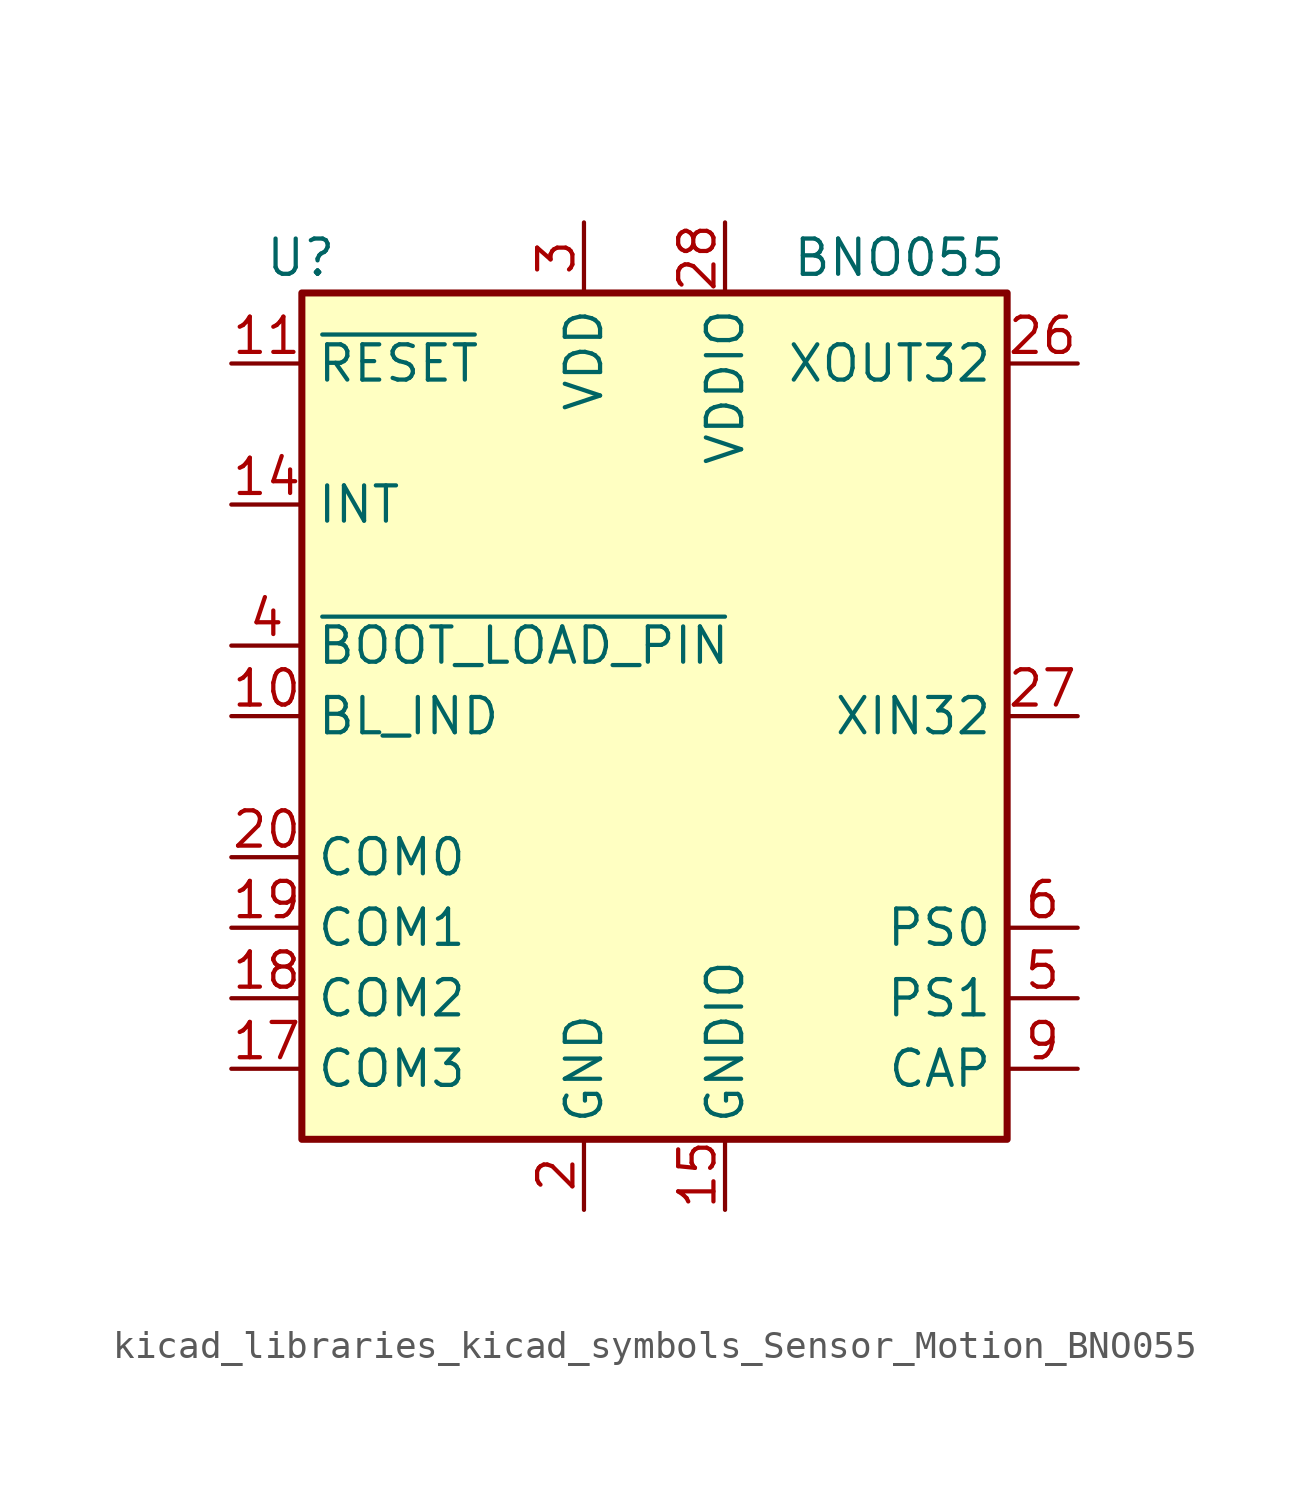
<source format=kicad_sym>
(kicad_symbol_lib
  (version 20220914)
  (generator kicad_symbol_editor)
  (symbol "kicad_libraries_kicad_symbols_Sensor_Motion_BNO055"
    (property "Reference" "U"
      (at -11.43 16.51 0)
      (effects (font (size 1.27 1.27)) (justify right)))
    (property "Value" "BNO055"
      (at 12.7 16.51 0)
      (effects (font (size 1.27 1.27)) (justify right)))
    (symbol "kicad_libraries_kicad_symbols_Sensor_Motion_BNO055_0_1"
      (rectangle (start -12.7 15.24) (end 12.7 -15.24) (stroke (width 0.254) (type default)) (fill (type background))))
    (symbol "kicad_libraries_kicad_symbols_Sensor_Motion_BNO055_1_1"
      (pin no_connect line (at -12.7 10.16 0) (length 2.54) hide (name "PIN1" (effects (font (size 1.27 1.27)))) (number "1" (effects (font (size 1.27 1.27)))))
      (pin output line (at -15.24 0 0) (length 2.54) (name "BL_IND" (effects (font (size 1.27 1.27)))) (number "10" (effects (font (size 1.27 1.27)))))
      (pin input line (at -15.24 12.7 0) (length 2.54) (name "~{RESET}" (effects (font (size 1.27 1.27)))) (number "11" (effects (font (size 1.27 1.27)))))
      (pin no_connect line (at 12.7 10.16 180) (length 2.54) hide (name "PIN12" (effects (font (size 1.27 1.27)))) (number "12" (effects (font (size 1.27 1.27)))))
      (pin no_connect line (at 12.7 7.62 180) (length 2.54) hide (name "PIN13" (effects (font (size 1.27 1.27)))) (number "13" (effects (font (size 1.27 1.27)))))
      (pin output line (at -15.24 7.62 0) (length 2.54) (name "INT" (effects (font (size 1.27 1.27)))) (number "14" (effects (font (size 1.27 1.27)))))
      (pin power_in line (at 2.54 -17.78 90) (length 2.54) (name "GNDIO" (effects (font (size 1.27 1.27)))) (number "15" (effects (font (size 1.27 1.27)))))
      (pin passive line (at 2.54 -17.78 90) (length 2.54) hide (name "GNDIO" (effects (font (size 1.27 1.27)))) (number "16" (effects (font (size 1.27 1.27)))))
      (pin input line (at -15.24 -12.7 0) (length 2.54) (name "COM3" (effects (font (size 1.27 1.27)))) (number "17" (effects (font (size 1.27 1.27)))))
      (pin passive line (at -15.24 -10.16 0) (length 2.54) (name "COM2" (effects (font (size 1.27 1.27)))) (number "18" (effects (font (size 1.27 1.27)))))
      (pin bidirectional line (at -15.24 -7.62 0) (length 2.54) (name "COM1" (effects (font (size 1.27 1.27)))) (number "19" (effects (font (size 1.27 1.27)))))
      (pin power_in line (at -2.54 -17.78 90) (length 2.54) (name "GND" (effects (font (size 1.27 1.27)))) (number "2" (effects (font (size 1.27 1.27)))))
      (pin bidirectional line (at -15.24 -5.08 0) (length 2.54) (name "COM0" (effects (font (size 1.27 1.27)))) (number "20" (effects (font (size 1.27 1.27)))))
      (pin no_connect line (at 12.7 5.08 180) (length 2.54) hide (name "PIN21" (effects (font (size 1.27 1.27)))) (number "21" (effects (font (size 1.27 1.27)))))
      (pin no_connect line (at 12.7 2.54 180) (length 2.54) hide (name "PIN22" (effects (font (size 1.27 1.27)))) (number "22" (effects (font (size 1.27 1.27)))))
      (pin no_connect line (at 12.7 -2.54 180) (length 2.54) hide (name "PIN23" (effects (font (size 1.27 1.27)))) (number "23" (effects (font (size 1.27 1.27)))))
      (pin no_connect line (at 12.7 -5.08 180) (length 2.54) hide (name "PIN24" (effects (font (size 1.27 1.27)))) (number "24" (effects (font (size 1.27 1.27)))))
      (pin passive line (at 2.54 -17.78 90) (length 2.54) hide (name "GNDIO" (effects (font (size 1.27 1.27)))) (number "25" (effects (font (size 1.27 1.27)))))
      (pin output line (at 15.24 12.7 180) (length 2.54) (name "XOUT32" (effects (font (size 1.27 1.27)))) (number "26" (effects (font (size 1.27 1.27)))))
      (pin input line (at 15.24 0 180) (length 2.54) (name "XIN32" (effects (font (size 1.27 1.27)))) (number "27" (effects (font (size 1.27 1.27)))))
      (pin power_in line (at 2.54 17.78 270) (length 2.54) (name "VDDIO" (effects (font (size 1.27 1.27)))) (number "28" (effects (font (size 1.27 1.27)))))
      (pin power_in line (at -2.54 17.78 270) (length 2.54) (name "VDD" (effects (font (size 1.27 1.27)))) (number "3" (effects (font (size 1.27 1.27)))))
      (pin input line (at -15.24 2.54 0) (length 2.54) (name "~{BOOT_LOAD_PIN}" (effects (font (size 1.27 1.27)))) (number "4" (effects (font (size 1.27 1.27)))))
      (pin input line (at 15.24 -10.16 180) (length 2.54) (name "PS1" (effects (font (size 1.27 1.27)))) (number "5" (effects (font (size 1.27 1.27)))))
      (pin input line (at 15.24 -7.62 180) (length 2.54) (name "PS0" (effects (font (size 1.27 1.27)))) (number "6" (effects (font (size 1.27 1.27)))))
      (pin no_connect line (at -12.7 5.08 0) (length 2.54) hide (name "PIN7" (effects (font (size 1.27 1.27)))) (number "7" (effects (font (size 1.27 1.27)))))
      (pin no_connect line (at -12.7 -2.54 0) (length 2.54) hide (name "PIN8" (effects (font (size 1.27 1.27)))) (number "8" (effects (font (size 1.27 1.27)))))
      (pin passive line (at 15.24 -12.7 180) (length 2.54) (name "CAP" (effects (font (size 1.27 1.27)))) (number "9" (effects (font (size 1.27 1.27))))))))
</source>
